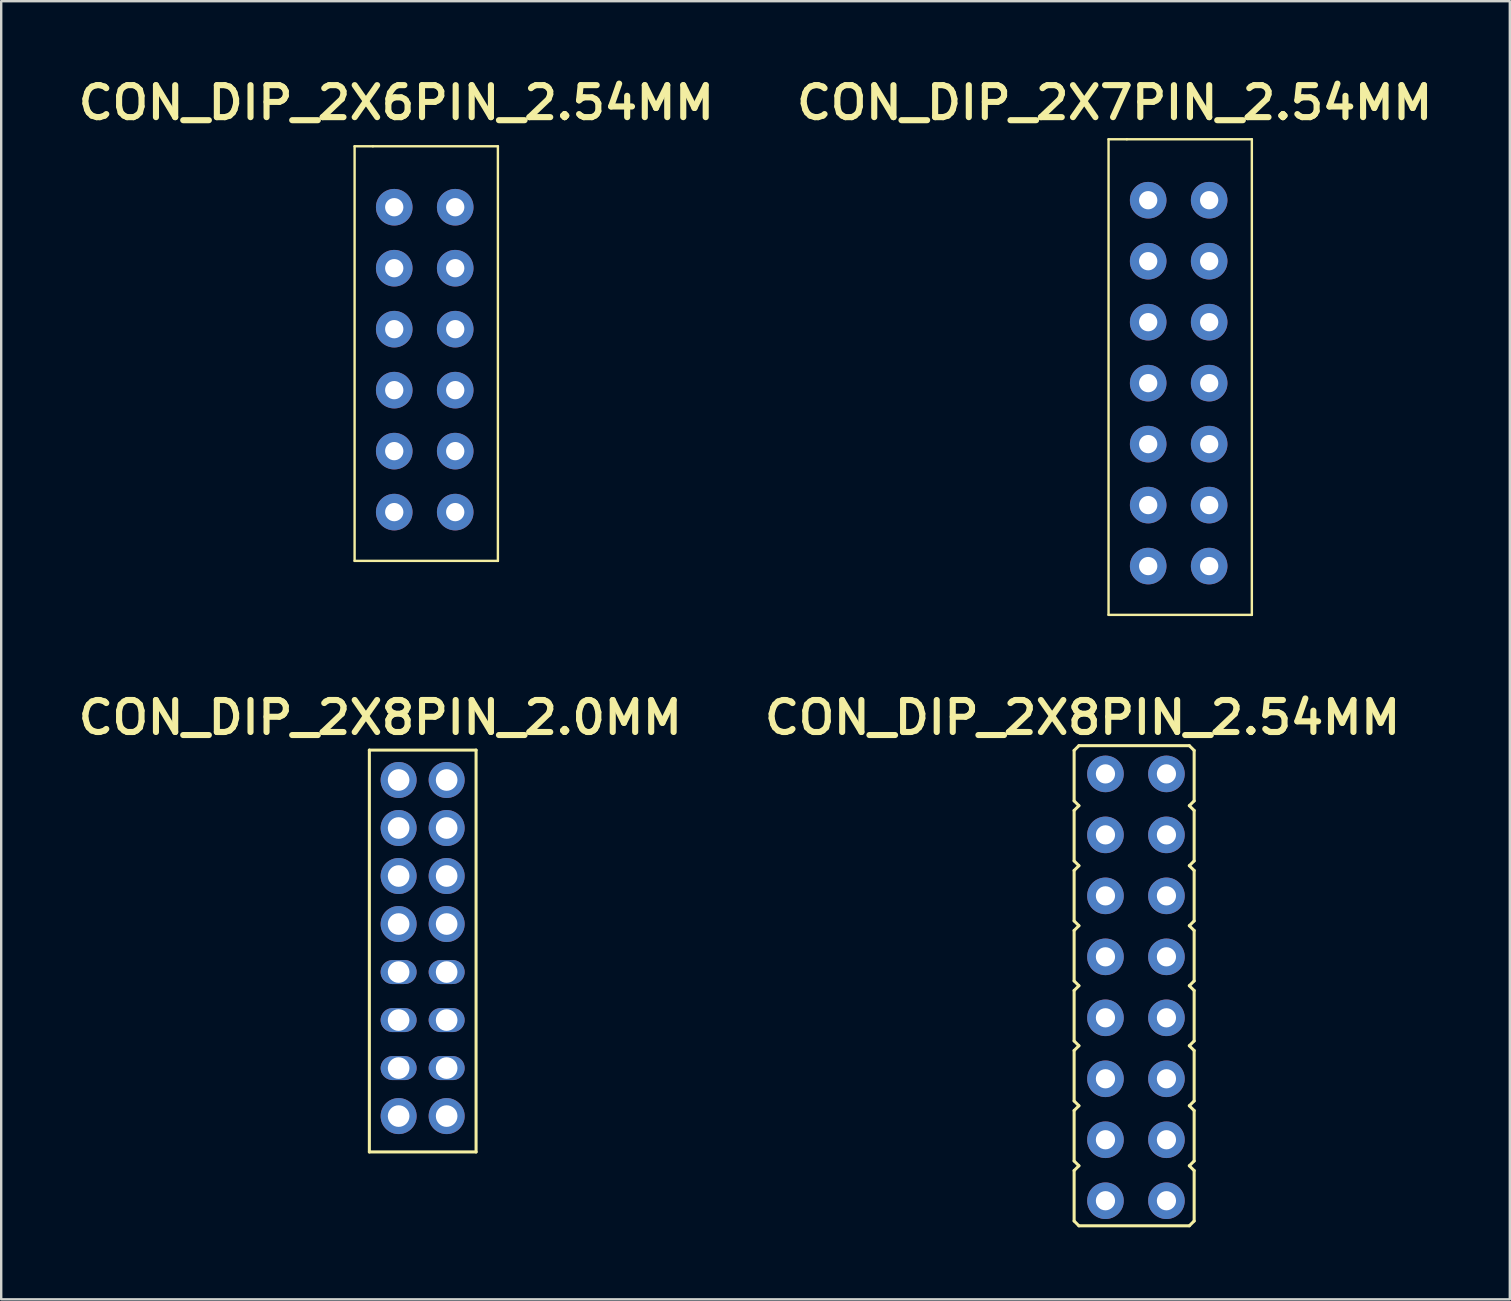
<source format=kicad_pcb>
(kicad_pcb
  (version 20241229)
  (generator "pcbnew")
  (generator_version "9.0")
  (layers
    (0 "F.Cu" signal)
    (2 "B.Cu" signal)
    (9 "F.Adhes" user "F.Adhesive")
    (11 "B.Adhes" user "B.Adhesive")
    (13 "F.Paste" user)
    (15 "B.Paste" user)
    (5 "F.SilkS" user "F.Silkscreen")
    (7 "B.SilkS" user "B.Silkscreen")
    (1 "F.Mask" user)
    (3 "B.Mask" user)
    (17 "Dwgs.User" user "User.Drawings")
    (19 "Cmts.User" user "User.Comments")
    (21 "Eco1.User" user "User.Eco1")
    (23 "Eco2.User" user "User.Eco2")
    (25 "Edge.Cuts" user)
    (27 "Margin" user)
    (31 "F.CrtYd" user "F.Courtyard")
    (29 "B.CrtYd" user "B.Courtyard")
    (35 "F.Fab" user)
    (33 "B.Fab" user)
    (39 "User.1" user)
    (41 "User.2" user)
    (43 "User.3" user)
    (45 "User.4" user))
  (footprint "CON_DIP_2X7PIN_2.54MM"
    (layer "F.Cu")
    (at 47.318 5.29)
    (property "Reference" "CON_DIP_2X7PIN_2.54MM" (at -3.937 -4.064 0) (unlocked yes) (layer "F.SilkS") (effects (font (size 1.333 1.402) (thickness 0.254))))
    (attr smd)
    (fp_line (start -4.191 -2.54) (end -3.429 -2.54) (stroke (width 0.1) (type solid)) (layer "F.SilkS"))
    (fp_line (start -4.191 17.272) (end -4.191 -2.54) (stroke (width 0.1) (type solid)) (layer "F.SilkS"))
    (fp_line (start -4.191 17.272) (end 1.778 17.272) (stroke (width 0.1) (type solid)) (layer "F.SilkS"))
    (fp_line (start -3.429 -2.54) (end 1.778 -2.54) (stroke (width 0.1) (type solid)) (layer "F.SilkS"))
    (fp_line (start 1.778 17.272) (end 1.778 -2.54) (stroke (width 0.1) (type solid)) (layer "F.SilkS"))
    (pad "1" thru_hole circle (at -2.54 0) (size 1.524 1.524) (drill 0.762) (layers "*.Cu" "*.Mask"))
    (pad "2" thru_hole circle (at 0 0) (size 1.524 1.524) (drill 0.762) (layers "*.Cu" "*.Mask"))
    (pad "3" thru_hole circle (at -2.54 2.54) (size 1.524 1.524) (drill 0.762) (layers "*.Cu" "*.Mask"))
    (pad "4" thru_hole circle (at 0 2.54) (size 1.524 1.524) (drill 0.762) (layers "*.Cu" "*.Mask"))
    (pad "5" thru_hole circle (at -2.54 5.08) (size 1.524 1.524) (drill 0.762) (layers "*.Cu" "*.Mask"))
    (pad "6" thru_hole circle (at 0 5.08) (size 1.524 1.524) (drill 0.762) (layers "*.Cu" "*.Mask"))
    (pad "7" thru_hole circle (at -2.54 7.62) (size 1.524 1.524) (drill 0.762) (layers "*.Cu" "*.Mask"))
    (pad "8" thru_hole circle (at 0 7.62) (size 1.524 1.524) (drill 0.762) (layers "*.Cu" "*.Mask"))
    (pad "9" thru_hole circle (at -2.54 10.16) (size 1.524 1.524) (drill 0.762) (layers "*.Cu" "*.Mask"))
    (pad "10" thru_hole circle (at 0 10.16) (size 1.524 1.524) (drill 0.762) (layers "*.Cu" "*.Mask"))
    (pad "11" thru_hole circle (at -2.54 12.7) (size 1.524 1.524) (drill 0.762) (layers "*.Cu" "*.Mask"))
    (pad "12" thru_hole circle (at 0 12.7) (size 1.524 1.524) (drill 0.762) (layers "*.Cu" "*.Mask"))
    (pad "13" thru_hole circle (at -2.54 15.24) (size 1.524 1.524) (drill 0.762) (layers "*.Cu" "*.Mask"))
    (pad "14" thru_hole circle (at 0 15.24) (size 1.524 1.524) (drill 0.762) (layers "*.Cu" "*.Mask")))
  (footprint "CON_DIP_2X8PIN_2.0MM"
    (layer "F.Cu")
    (at 13.555 29.441)
    (property "Reference" "CON_DIP_2X8PIN_2.0MM" (at -0.762 -2.603 0) (unlocked yes) (layer "F.SilkS") (effects (font (size 1.333 1.402) (thickness 0.254))))
    (attr smd)
    (fp_line (start -1.219 -1.245) (end 3.226 -1.245) (stroke (width 0.127) (type solid)) (layer "F.SilkS"))
    (fp_line (start -1.219 15.494) (end -1.219 -1.245) (stroke (width 0.127) (type solid)) (layer "F.SilkS"))
    (fp_line (start -1.219 15.494) (end 3.226 15.494) (stroke (width 0.127) (type solid)) (layer "F.SilkS"))
    (fp_line (start 3.226 15.494) (end 3.226 -1.245) (stroke (width 0.127) (type solid)) (layer "F.SilkS"))
    (pad "1" thru_hole circle (at 0 0.00001) (size 1.5 1.5) (drill 0.9) (layers "*.Cu" "*.Mask"))
    (pad "2" thru_hole circle (at 0 2) (size 1.5 1.5) (drill 0.9) (layers "*.Cu" "*.Mask"))
    (pad "3" thru_hole circle (at 0 4) (size 1.5 1.5) (drill 0.9) (layers "*.Cu" "*.Mask"))
    (pad "4" thru_hole circle (at 0 6) (size 1.5 1.5) (drill 0.9) (layers "*.Cu" "*.Mask"))
    (pad "5" thru_hole oval (at 0 8) (size 1.5 1) (drill 0.9) (layers "*.Cu" "*.Mask"))
    (pad "6" thru_hole oval (at 0 10) (size 1.5 1) (drill 0.9) (layers "*.Cu" "*.Mask"))
    (pad "7" thru_hole oval (at 0 12) (size 1.5 1) (drill 0.9) (layers "*.Cu" "*.Mask"))
    (pad "8" thru_hole circle (at 0 14) (size 1.5 1.5) (drill 0.9) (layers "*.Cu" "*.Mask"))
    (pad "9" thru_hole circle (at 2 0.00001) (size 1.5 1.5) (drill 0.9) (layers "*.Cu" "*.Mask"))
    (pad "10" thru_hole circle (at 2 2) (size 1.5 1.5) (drill 0.9) (layers "*.Cu" "*.Mask"))
    (pad "11" thru_hole circle (at 2 4) (size 1.5 1.5) (drill 0.9) (layers "*.Cu" "*.Mask"))
    (pad "12" thru_hole circle (at 2 6) (size 1.5 1.5) (drill 0.9) (layers "*.Cu" "*.Mask"))
    (pad "13" thru_hole oval (at 2 8) (size 1.5 1) (drill 0.9) (layers "*.Cu" "*.Mask"))
    (pad "14" thru_hole oval (at 2 10) (size 1.5 1) (drill 0.9) (layers "*.Cu" "*.Mask"))
    (pad "15" thru_hole oval (at 2 12) (size 1.5 1) (drill 0.9) (layers "*.Cu" "*.Mask"))
    (pad "16" thru_hole circle (at 2 14) (size 1.5 1.5) (drill 0.9) (layers "*.Cu" "*.Mask")))
  (footprint "CON_DIP_2X8PIN_2.54MM"
    (layer "F.Cu")
    (at 44.268 42.522)
    (property "Reference" "CON_DIP_2X8PIN_2.54MM" (at -2.223 -15.684 0) (unlocked yes) (layer "F.SilkS") (effects (font (size 1.333 1.402) (thickness 0.254))))
    (attr smd)
    (fp_line (start -2.575 -14.311) (end -2.376 -14.511) (stroke (width 0.127) (type solid)) (layer "F.SilkS"))
    (fp_line (start -2.575 -12.211) (end -2.575 -14.311) (stroke (width 0.127) (type solid)) (layer "F.SilkS"))
    (fp_line (start -2.575 -12.211) (end -2.376 -12.011) (stroke (width 0.127) (type solid)) (layer "F.SilkS"))
    (fp_line (start -2.575 -11.811) (end -2.376 -12.011) (stroke (width 0.127) (type solid)) (layer "F.SilkS"))
    (fp_line (start -2.575 -9.711) (end -2.575 -11.811) (stroke (width 0.127) (type solid)) (layer "F.SilkS"))
    (fp_line (start -2.575 -9.711) (end -2.376 -9.511) (stroke (width 0.127) (type solid)) (layer "F.SilkS"))
    (fp_line (start -2.575 -9.311) (end -2.376 -9.511) (stroke (width 0.127) (type solid)) (layer "F.SilkS"))
    (fp_line (start -2.575 -7.211) (end -2.575 -9.311) (stroke (width 0.127) (type solid)) (layer "F.SilkS"))
    (fp_line (start -2.575 -7.211) (end -2.376 -7.011) (stroke (width 0.127) (type solid)) (layer "F.SilkS"))
    (fp_line (start -2.575 -6.811) (end -2.376 -7.011) (stroke (width 0.127) (type solid)) (layer "F.SilkS"))
    (fp_line (start -2.575 -4.711) (end -2.575 -6.811) (stroke (width 0.127) (type solid)) (layer "F.SilkS"))
    (fp_line (start -2.575 -4.711) (end -2.376 -4.511) (stroke (width 0.127) (type solid)) (layer "F.SilkS"))
    (fp_line (start -2.575 -4.311) (end -2.376 -4.511) (stroke (width 0.127) (type solid)) (layer "F.SilkS"))
    (fp_line (start -2.575 -2.211) (end -2.575 -4.311) (stroke (width 0.127) (type solid)) (layer "F.SilkS"))
    (fp_line (start -2.575 -2.211) (end -2.376 -2.011) (stroke (width 0.127) (type solid)) (layer "F.SilkS"))
    (fp_line (start -2.575 -1.811) (end -2.376 -2.011) (stroke (width 0.127) (type solid)) (layer "F.SilkS"))
    (fp_line (start -2.575 0.289) (end -2.575 -1.811) (stroke (width 0.127) (type solid)) (layer "F.SilkS"))
    (fp_line (start -2.575 0.289) (end -2.376 0.489) (stroke (width 0.127) (type solid)) (layer "F.SilkS"))
    (fp_line (start -2.575 0.689) (end -2.376 0.489) (stroke (width 0.127) (type solid)) (layer "F.SilkS"))
    (fp_line (start -2.575 2.789) (end -2.575 0.689) (stroke (width 0.127) (type solid)) (layer "F.SilkS"))
    (fp_line (start -2.575 2.789) (end -2.376 2.989) (stroke (width 0.127) (type solid)) (layer "F.SilkS"))
    (fp_line (start -2.575 3.189) (end -2.376 2.989) (stroke (width 0.127) (type solid)) (layer "F.SilkS"))
    (fp_line (start -2.575 5.289) (end -2.575 3.189) (stroke (width 0.127) (type solid)) (layer "F.SilkS"))
    (fp_line (start -2.575 5.289) (end -2.376 5.489) (stroke (width 0.127) (type solid)) (layer "F.SilkS"))
    (fp_line (start -2.376 -14.511) (end 2.224 -14.511) (stroke (width 0.127) (type solid)) (layer "F.SilkS"))
    (fp_line (start -2.376 5.489) (end 2.224 5.489) (stroke (width 0.127) (type solid)) (layer "F.SilkS"))
    (fp_line (start 2.224 -14.511) (end 2.425 -14.311) (stroke (width 0.127) (type solid)) (layer "F.SilkS"))
    (fp_line (start 2.224 -12.011) (end 2.425 -12.211) (stroke (width 0.127) (type solid)) (layer "F.SilkS"))
    (fp_line (start 2.224 -12.011) (end 2.425 -11.811) (stroke (width 0.127) (type solid)) (layer "F.SilkS"))
    (fp_line (start 2.224 -9.511) (end 2.425 -9.711) (stroke (width 0.127) (type solid)) (layer "F.SilkS"))
    (fp_line (start 2.224 -9.511) (end 2.425 -9.311) (stroke (width 0.127) (type solid)) (layer "F.SilkS"))
    (fp_line (start 2.224 -7.011) (end 2.425 -7.211) (stroke (width 0.127) (type solid)) (layer "F.SilkS"))
    (fp_line (start 2.224 -7.011) (end 2.425 -6.811) (stroke (width 0.127) (type solid)) (layer "F.SilkS"))
    (fp_line (start 2.224 -4.511) (end 2.425 -4.711) (stroke (width 0.127) (type solid)) (layer "F.SilkS"))
    (fp_line (start 2.224 -4.511) (end 2.425 -4.311) (stroke (width 0.127) (type solid)) (layer "F.SilkS"))
    (fp_line (start 2.224 -2.011) (end 2.425 -2.211) (stroke (width 0.127) (type solid)) (layer "F.SilkS"))
    (fp_line (start 2.224 -2.011) (end 2.425 -1.811) (stroke (width 0.127) (type solid)) (layer "F.SilkS"))
    (fp_line (start 2.224 0.489) (end 2.425 0.289) (stroke (width 0.127) (type solid)) (layer "F.SilkS"))
    (fp_line (start 2.224 0.489) (end 2.425 0.689) (stroke (width 0.127) (type solid)) (layer "F.SilkS"))
    (fp_line (start 2.224 2.989) (end 2.425 2.789) (stroke (width 0.127) (type solid)) (layer "F.SilkS"))
    (fp_line (start 2.224 2.989) (end 2.425 3.189) (stroke (width 0.127) (type solid)) (layer "F.SilkS"))
    (fp_line (start 2.224 5.489) (end 2.425 5.289) (stroke (width 0.127) (type solid)) (layer "F.SilkS"))
    (fp_line (start 2.425 -12.211) (end 2.425 -14.311) (stroke (width 0.127) (type solid)) (layer "F.SilkS"))
    (fp_line (start 2.425 -9.711) (end 2.425 -11.811) (stroke (width 0.127) (type solid)) (layer "F.SilkS"))
    (fp_line (start 2.425 -7.211) (end 2.425 -9.311) (stroke (width 0.127) (type solid)) (layer "F.SilkS"))
    (fp_line (start 2.425 -4.711) (end 2.425 -6.811) (stroke (width 0.127) (type solid)) (layer "F.SilkS"))
    (fp_line (start 2.425 -2.211) (end 2.425 -4.311) (stroke (width 0.127) (type solid)) (layer "F.SilkS"))
    (fp_line (start 2.425 0.289) (end 2.425 -1.811) (stroke (width 0.127) (type solid)) (layer "F.SilkS"))
    (fp_line (start 2.425 2.789) (end 2.425 0.689) (stroke (width 0.127) (type solid)) (layer "F.SilkS"))
    (fp_line (start 2.425 5.289) (end 2.425 3.189) (stroke (width 0.127) (type solid)) (layer "F.SilkS"))
    (pad "1" thru_hole circle (at -1.27 -13.335) (size 1.524 1.524) (drill 0.8) (layers "*.Cu" "*.Mask"))
    (pad "2" thru_hole circle (at 1.27 -13.335) (size 1.524 1.524) (drill 0.8) (layers "*.Cu" "*.Mask"))
    (pad "3" thru_hole circle (at -1.27 -10.795) (size 1.524 1.524) (drill 0.8) (layers "*.Cu" "*.Mask"))
    (pad "4" thru_hole circle (at 1.27 -10.795) (size 1.524 1.524) (drill 0.8) (layers "*.Cu" "*.Mask"))
    (pad "5" thru_hole circle (at -1.27 -8.255) (size 1.524 1.524) (drill 0.8) (layers "*.Cu" "*.Mask"))
    (pad "6" thru_hole circle (at 1.27 -8.255) (size 1.524 1.524) (drill 0.8) (layers "*.Cu" "*.Mask"))
    (pad "7" thru_hole circle (at -1.27 -5.715) (size 1.524 1.524) (drill 0.8) (layers "*.Cu" "*.Mask"))
    (pad "8" thru_hole circle (at 1.27 -5.715) (size 1.524 1.524) (drill 0.8) (layers "*.Cu" "*.Mask"))
    (pad "9" thru_hole circle (at -1.27 -3.175) (size 1.524 1.524) (drill 0.8) (layers "*.Cu" "*.Mask"))
    (pad "10" thru_hole circle (at 1.27 -3.175) (size 1.524 1.524) (drill 0.8) (layers "*.Cu" "*.Mask"))
    (pad "11" thru_hole circle (at -1.27 -0.635) (size 1.524 1.524) (drill 0.8) (layers "*.Cu" "*.Mask"))
    (pad "12" thru_hole circle (at 1.27 -0.635) (size 1.524 1.524) (drill 0.8) (layers "*.Cu" "*.Mask"))
    (pad "13" thru_hole circle (at -1.27 1.905) (size 1.524 1.524) (drill 0.8) (layers "*.Cu" "*.Mask"))
    (pad "14" thru_hole circle (at 1.27 1.905) (size 1.524 1.524) (drill 0.8) (layers "*.Cu" "*.Mask"))
    (pad "15" thru_hole circle (at -1.27 4.445) (size 1.524 1.524) (drill 0.8) (layers "*.Cu" "*.Mask"))
    (pad "16" thru_hole circle (at 1.27 4.445) (size 1.524 1.524) (drill 0.8) (layers "*.Cu" "*.Mask")))
  (footprint "CON_DIP_2X6PIN_2.54MM"
    (layer "F.Cu")
    (at 13.372 5.582)
    (property "Reference" "CON_DIP_2X6PIN_2.54MM" (at 0.089 -4.356 0) (unlocked yes) (layer "F.SilkS") (effects (font (size 1.333 1.402) (thickness 0.254))))
    (attr smd)
    (fp_line (start -1.651 -2.54) (end -0.889 -2.54) (stroke (width 0.1) (type solid)) (layer "F.SilkS"))
    (fp_line (start -1.651 14.732) (end -1.651 -2.54) (stroke (width 0.1) (type solid)) (layer "F.SilkS"))
    (fp_line (start -1.651 14.732) (end 4.318 14.732) (stroke (width 0.1) (type solid)) (layer "F.SilkS"))
    (fp_line (start -0.889 -2.54) (end 4.318 -2.54) (stroke (width 0.1) (type solid)) (layer "F.SilkS"))
    (fp_line (start 4.318 14.732) (end 4.318 -2.54) (stroke (width 0.1) (type solid)) (layer "F.SilkS"))
    (pad "1" thru_hole circle (at 0 0) (size 1.524 1.524) (drill 0.762) (layers "*.Cu" "*.Mask"))
    (pad "2" thru_hole circle (at 2.54 0) (size 1.524 1.524) (drill 0.762) (layers "*.Cu" "*.Mask"))
    (pad "3" thru_hole circle (at 0 2.54) (size 1.524 1.524) (drill 0.762) (layers "*.Cu" "*.Mask"))
    (pad "4" thru_hole circle (at 2.54 2.54) (size 1.524 1.524) (drill 0.762) (layers "*.Cu" "*.Mask"))
    (pad "5" thru_hole circle (at 0 5.08) (size 1.524 1.524) (drill 0.762) (layers "*.Cu" "*.Mask"))
    (pad "6" thru_hole circle (at 2.54 5.08) (size 1.524 1.524) (drill 0.762) (layers "*.Cu" "*.Mask"))
    (pad "7" thru_hole circle (at 0 7.62) (size 1.524 1.524) (drill 0.762) (layers "*.Cu" "*.Mask"))
    (pad "8" thru_hole circle (at 2.54 7.62) (size 1.524 1.524) (drill 0.762) (layers "*.Cu" "*.Mask"))
    (pad "9" thru_hole circle (at 0 10.16) (size 1.524 1.524) (drill 0.762) (layers "*.Cu" "*.Mask"))
    (pad "10" thru_hole circle (at 2.54 10.16) (size 1.524 1.524) (drill 0.762) (layers "*.Cu" "*.Mask"))
    (pad "11" thru_hole circle (at 0 12.7) (size 1.524 1.524) (drill 0.762) (layers "*.Cu" "*.Mask"))
    (pad "12" thru_hole circle (at 2.54 12.7) (size 1.524 1.524) (drill 0.762) (layers "*.Cu" "*.Mask")))
  (gr_rect
    (start -3 -3)
    (end 59.842 51.074)
    (stroke (width 0.1) (type default))
    (fill no)
    (layer "Edge.Cuts")))
</source>
